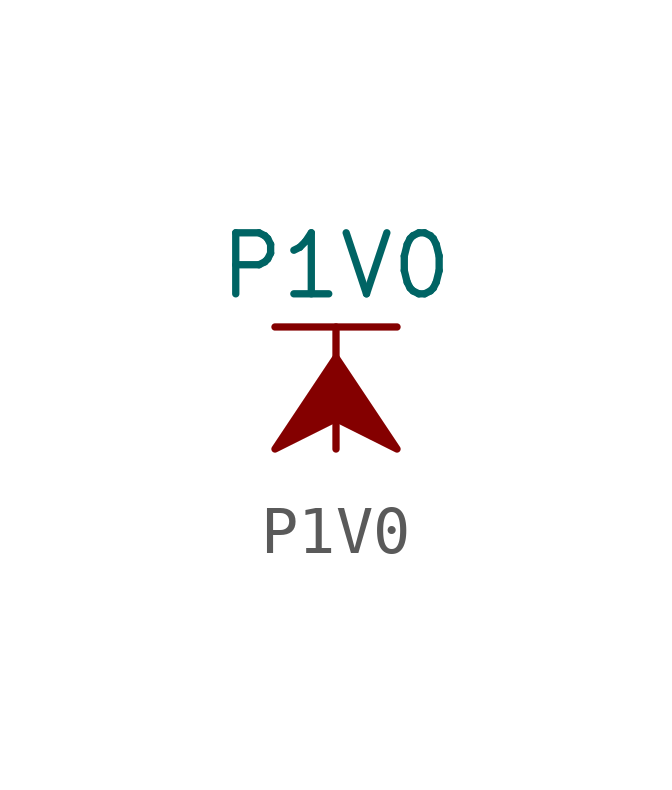
<source format=kicad_sym>
(kicad_symbol_lib
  (version 20211014)
  (generator kicad_symbol_editor)
  (symbol "P1V0"
    (power)
    (pin_names
      (offset 0))
    (property "Reference" "#PWR"
      (at 0 -3.81 0)
      (effects (font (size 1.27 1.27)) hide))
    (property "Value" "P1V0"
      (at 0 3.81 0)
      (effects (font (size 1.27 1.27))))
    (symbol "P1V0_0_1"
      (polyline (pts (xy -1.27 2.54) (xy 1.27 2.54)) (stroke (width 0.152) (type default) (color 0 0 0 0)) (fill (type none)))
      (polyline (pts (xy 0 0) (xy 0 2.54)) (stroke (width 0.152) (type default) (color 0 0 0 0)) (fill (type none)))
      (polyline (pts (xy 0 1.905) (xy -1.27 0) (xy 0 0.635) (xy 1.27 0) (xy 0 1.905)) (stroke (width 0.152) (type default) (color 0 0 0 0)) (fill (type outline))))
    (symbol "P1V0_1_1"
      (pin power_in line (at 0 0 90) (length 0) hide (name "P1V0" (effects (font (size 1.27 1.27)))) (number "1" (effects (font (size 1.27 1.27))))))))
</source>
